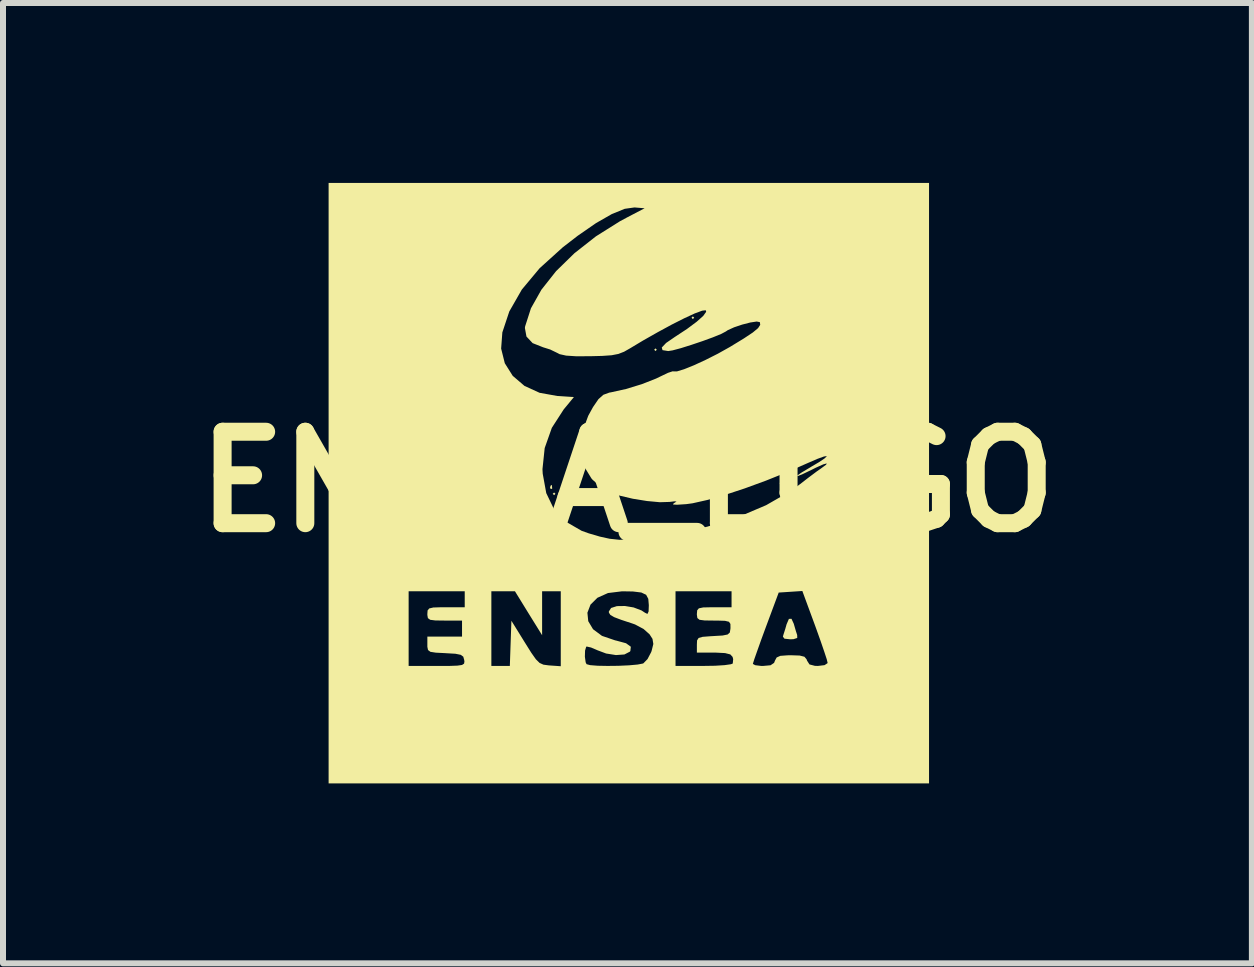
<source format=kicad_pcb>
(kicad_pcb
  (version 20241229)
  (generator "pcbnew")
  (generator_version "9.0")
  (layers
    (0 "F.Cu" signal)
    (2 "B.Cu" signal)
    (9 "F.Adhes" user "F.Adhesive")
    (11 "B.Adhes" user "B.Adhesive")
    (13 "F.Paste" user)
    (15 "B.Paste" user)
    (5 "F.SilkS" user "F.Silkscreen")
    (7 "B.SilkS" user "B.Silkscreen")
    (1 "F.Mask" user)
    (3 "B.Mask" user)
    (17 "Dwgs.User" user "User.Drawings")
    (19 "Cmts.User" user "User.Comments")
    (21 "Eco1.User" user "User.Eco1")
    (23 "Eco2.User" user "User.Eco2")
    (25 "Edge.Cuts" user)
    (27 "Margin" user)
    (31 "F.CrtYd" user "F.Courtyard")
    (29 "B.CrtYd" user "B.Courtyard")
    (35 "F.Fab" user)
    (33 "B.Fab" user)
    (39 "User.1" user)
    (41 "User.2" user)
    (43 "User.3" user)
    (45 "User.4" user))
  (footprint "ENSEA_LOGO"
    (layer "F.Cu")
    (at 7.41 4.982)
    (property "Reference" "ENSEA_LOGO" (at 0 0 0) (layer "F.SilkS") (effects (font (size 1.524 1.524) (thickness 0.3))))
    (attr board_only exclude_from_pos_files exclude_from_bom)
    (fp_poly (pts (xy -1.201 0.2) (xy -1.223 0.222) (xy -1.246 0.2) (xy -1.223 0.178)) (stroke (width 0) (type solid)) (fill yes) (layer "F.SilkS"))
    (fp_poly (pts (xy 0.489 -2.202) (xy 0.467 -2.18) (xy 0.445 -2.202) (xy 0.467 -2.224)) (stroke (width 0) (type solid)) (fill yes) (layer "F.SilkS"))
    (fp_poly (pts (xy 1.112 -2.736) (xy 1.09 -2.713) (xy 1.068 -2.736) (xy 1.09 -2.758)) (stroke (width 0) (type solid)) (fill yes) (layer "F.SilkS"))
    (fp_poly (pts (xy 2.58 0.022) (xy 2.558 0.044) (xy 2.536 0.022) (xy 2.558 0)) (stroke (width 0) (type solid)) (fill yes) (layer "F.SilkS"))
    (fp_poly (pts (xy 2.669 -0.022) (xy 2.647 0) (xy 2.625 -0.022) (xy 2.647 -0.044)) (stroke (width 0) (type solid)) (fill yes) (layer "F.SilkS"))
    (fp_poly (pts (xy 2.758 -0.067) (xy 2.736 -0.044) (xy 2.713 -0.067) (xy 2.736 -0.089)) (stroke (width 0) (type solid)) (fill yes) (layer "F.SilkS"))
    (fp_poly (pts (xy -1.26 0.059) (xy -1.255 0.112) (xy -1.26 0.119) (xy -1.287 0.113) (xy -1.29 0.089) (xy -1.274 0.052)) (stroke (width 0) (type solid)) (fill yes) (layer "F.SilkS"))
    (fp_poly (pts (xy 2.773 2.368) (xy 2.775 2.376) (xy 2.808 2.49) (xy 2.829 2.554) (xy 2.83 2.603) (xy 2.767 2.623) (xy 2.713 2.625) (xy 2.617 2.615) (xy 2.591 2.581) (xy 2.598 2.554) (xy 2.63 2.454) (xy 2.652 2.376) (xy 2.691 2.285) (xy 2.734 2.283)) (stroke (width 0) (type solid)) (fill yes) (layer "F.SilkS"))
    (fp_poly (pts (xy 5.027 5.027) (xy -4.982 5.027) (xy -4.982 3.069) (xy -3.648 3.069) (xy -3.177 3.069) (xy -2.269 3.069) (xy -1.961 3.069) (xy -1.935 2.316) (xy -1.709 2.681) (xy -1.603 2.85) (xy -1.527 2.958) (xy -1.465 3.019) (xy -1.401 3.048) (xy -1.319 3.059) (xy -1.298 3.061) (xy -1.112 3.074) (xy -1.112 3.069) (xy 0.801 3.069) (xy 1.265 3.069) (xy 1.46 3.066) (xy 1.619 3.056) (xy 1.724 3.041) (xy 1.737 3.036) (xy 2.091 3.036) (xy 2.13 3.057) (xy 2.228 3.069) (xy 2.263 3.069) (xy 2.385 3.058) (xy 2.444 3.018) (xy 2.459 2.98) (xy 2.487 2.928) (xy 2.548 2.901) (xy 2.668 2.892) (xy 2.726 2.891) (xy 2.871 2.896) (xy 2.95 2.916) (xy 2.986 2.959) (xy 2.993 2.98) (xy 3.034 3.044) (xy 3.126 3.068) (xy 3.176 3.069) (xy 3.285 3.056) (xy 3.335 3.023) (xy 3.336 3.017) (xy 3.322 2.958) (xy 3.281 2.833) (xy 3.221 2.658) (xy 3.147 2.451) (xy 3.126 2.393) (xy 2.915 1.82) (xy 2.718 1.833) (xy 2.521 1.846) (xy 2.306 2.424) (xy 2.228 2.636) (xy 2.163 2.819) (xy 2.115 2.955) (xy 2.092 3.028) (xy 2.091 3.036) (xy 1.737 3.036) (xy 1.755 3.029) (xy 1.762 2.956) (xy 1.752 2.918) (xy 1.714 2.877) (xy 1.627 2.855) (xy 1.473 2.847) (xy 1.441 2.847) (xy 1.157 2.847) (xy 1.157 2.716) (xy 1.16 2.644) (xy 1.186 2.603) (xy 1.253 2.584) (xy 1.383 2.574) (xy 1.435 2.571) (xy 1.586 2.562) (xy 1.67 2.545) (xy 1.706 2.512) (xy 1.716 2.451) (xy 1.717 2.435) (xy 1.716 2.369) (xy 1.692 2.333) (xy 1.626 2.317) (xy 1.497 2.313) (xy 1.439 2.313) (xy 1.286 2.311) (xy 1.201 2.3) (xy 1.165 2.271) (xy 1.157 2.216) (xy 1.157 2.202) (xy 1.162 2.142) (xy 1.19 2.109) (xy 1.262 2.094) (xy 1.398 2.091) (xy 1.446 2.091) (xy 1.735 2.091) (xy 1.735 1.824) (xy 0.801 1.824) (xy 0.801 3.069) (xy -1.112 3.069) (xy -1.112 2.916) (xy -0.71 2.916) (xy -0.697 3.009) (xy -0.682 3.04) (xy -0.622 3.056) (xy -0.497 3.066) (xy -0.332 3.069) (xy -0.15 3.067) (xy 0.025 3.059) (xy 0.169 3.046) (xy 0.258 3.029) (xy 0.266 3.025) (xy 0.334 2.955) (xy 0.394 2.841) (xy 0.402 2.82) (xy 0.431 2.703) (xy 0.417 2.618) (xy 0.368 2.542) (xy 0.268 2.453) (xy 0.127 2.378) (xy 0.085 2.363) (xy -0.103 2.301) (xy -0.222 2.256) (xy -0.285 2.219) (xy -0.309 2.182) (xy -0.311 2.162) (xy -0.273 2.103) (xy -0.176 2.072) (xy -0.042 2.07) (xy 0.102 2.094) (xy 0.234 2.144) (xy 0.293 2.183) (xy 0.333 2.202) (xy 0.352 2.161) (xy 0.356 2.057) (xy 0.347 1.951) (xy 0.311 1.883) (xy 0.23 1.845) (xy 0.091 1.828) (xy -0.089 1.825) (xy -0.325 1.854) (xy -0.501 1.933) (xy -0.616 2.047) (xy -0.668 2.182) (xy -0.654 2.323) (xy -0.574 2.457) (xy -0.425 2.568) (xy -0.205 2.643) (xy -0.19 2.646) (xy -0.024 2.691) (xy 0.056 2.749) (xy 0.048 2.82) (xy 0.04 2.831) (xy -0.051 2.878) (xy -0.192 2.888) (xy -0.356 2.862) (xy -0.5 2.808) (xy -0.607 2.762) (xy -0.678 2.746) (xy -0.688 2.749) (xy -0.707 2.813) (xy -0.71 2.916) (xy -1.112 2.916) (xy -1.112 1.824) (xy -1.423 1.824) (xy -1.423 2.557) (xy -1.65 2.191) (xy -1.876 1.824) (xy -2.269 1.824) (xy -2.269 3.069) (xy -3.177 3.069) (xy -2.969 3.069) (xy -2.834 3.064) (xy -2.758 3.053) (xy -2.724 3.031) (xy -2.718 2.995) (xy -2.722 2.969) (xy -2.737 2.915) (xy -2.779 2.884) (xy -2.868 2.866) (xy -3.025 2.857) (xy -3.036 2.856) (xy -3.195 2.848) (xy -3.285 2.834) (xy -3.325 2.804) (xy -3.336 2.75) (xy -3.336 2.711) (xy -3.336 2.58) (xy -2.758 2.58) (xy -2.758 2.313) (xy -3.047 2.313) (xy -3.203 2.311) (xy -3.289 2.3) (xy -3.327 2.272) (xy -3.336 2.22) (xy -3.336 2.202) (xy -3.332 2.144) (xy -3.305 2.111) (xy -3.237 2.095) (xy -3.108 2.091) (xy -3.025 2.091) (xy -2.713 2.091) (xy -2.713 1.824) (xy -3.648 1.824) (xy -3.648 3.069) (xy -4.982 3.069) (xy -4.982 -2.221) (xy -2.106 -2.221) (xy -2.045 -1.977) (xy -1.913 -1.767) (xy -1.717 -1.599) (xy -1.465 -1.484) (xy -1.169 -1.431) (xy -0.893 -1.413) (xy -1.063 -1.207) (xy -1.261 -0.9) (xy -1.38 -0.563) (xy -1.417 -0.211) (xy -1.413 -0.136) (xy -1.354 0.188) (xy -1.226 0.454) (xy -1.03 0.663) (xy -0.765 0.816) (xy -0.645 0.859) (xy -0.461 0.913) (xy -0.298 0.949) (xy -0.138 0.966) (xy 0.038 0.965) (xy 0.248 0.946) (xy 0.512 0.909) (xy 0.771 0.867) (xy 1.329 0.748) (xy 1.847 0.587) (xy 2.312 0.389) (xy 2.711 0.16) (xy 2.879 0.037) (xy 3.02 -0.072) (xy 3.155 -0.173) (xy 3.225 -0.222) (xy 3.311 -0.285) (xy 3.322 -0.307) (xy 3.264 -0.291) (xy 3.141 -0.236) (xy 3.069 -0.2) (xy 2.913 -0.125) (xy 2.834 -0.094) (xy 2.83 -0.105) (xy 2.904 -0.156) (xy 3.055 -0.246) (xy 3.061 -0.25) (xy 3.195 -0.329) (xy 3.288 -0.392) (xy 3.323 -0.427) (xy 3.322 -0.429) (xy 3.275 -0.422) (xy 3.17 -0.384) (xy 3.029 -0.323) (xy 3.019 -0.319) (xy 2.67 -0.165) (xy 2.309 -0.02) (xy 1.954 0.11) (xy 1.62 0.22) (xy 1.325 0.304) (xy 1.084 0.358) (xy 0.979 0.372) (xy 0.827 0.382) (xy 0.759 0.378) (xy 0.77 0.358) (xy 0.778 0.354) (xy 0.818 0.329) (xy 0.783 0.325) (xy 0.703 0.335) (xy 0.54 0.34) (xy 0.325 0.32) (xy 0.089 0.282) (xy -0.136 0.229) (xy -0.258 0.189) (xy -0.424 0.1) (xy -0.579 -0.032) (xy -0.601 -0.057) (xy -0.737 -0.28) (xy -0.791 -0.532) (xy -0.763 -0.808) (xy -0.654 -1.101) (xy -0.575 -1.245) (xy -0.484 -1.378) (xy -0.402 -1.451) (xy -0.304 -1.487) (xy -0.275 -1.492) (xy -0.026 -1.547) (xy 0.239 -1.628) (xy 0.476 -1.721) (xy 0.563 -1.763) (xy 0.676 -1.817) (xy 0.752 -1.842) (xy 0.769 -1.841) (xy 0.826 -1.841) (xy 0.944 -1.877) (xy 1.108 -1.943) (xy 1.301 -2.032) (xy 1.507 -2.136) (xy 1.709 -2.249) (xy 1.722 -2.257) (xy 1.94 -2.39) (xy 2.089 -2.489) (xy 2.177 -2.562) (xy 2.213 -2.617) (xy 2.207 -2.661) (xy 2.206 -2.662) (xy 2.154 -2.672) (xy 2.047 -2.656) (xy 1.912 -2.621) (xy 1.778 -2.576) (xy 1.672 -2.528) (xy 1.641 -2.507) (xy 1.564 -2.466) (xy 1.427 -2.41) (xy 1.252 -2.346) (xy 1.065 -2.283) (xy 0.89 -2.228) (xy 0.751 -2.191) (xy 0.679 -2.18) (xy 0.584 -2.195) (xy 0.572 -2.239) (xy 0.644 -2.315) (xy 0.791 -2.416) (xy 0.992 -2.548) (xy 1.153 -2.668) (xy 1.263 -2.766) (xy 1.312 -2.835) (xy 1.305 -2.86) (xy 1.245 -2.853) (xy 1.121 -2.807) (xy 0.948 -2.727) (xy 0.738 -2.621) (xy 0.504 -2.494) (xy 0.259 -2.355) (xy 0.044 -2.226) (xy -0.056 -2.169) (xy -0.151 -2.132) (xy -0.264 -2.11) (xy -0.421 -2.099) (xy -0.615 -2.094) (xy -0.856 -2.093) (xy -1.023 -2.104) (xy -1.131 -2.128) (xy -1.171 -2.149) (xy -1.289 -2.206) (xy -1.407 -2.243) (xy -1.581 -2.312) (xy -1.684 -2.422) (xy -1.71 -2.565) (xy -1.706 -2.592) (xy -1.609 -2.893) (xy -1.435 -3.202) (xy -1.19 -3.512) (xy -0.884 -3.811) (xy -0.526 -4.092) (xy -0.125 -4.344) (xy -0.002 -4.41) (xy 0.286 -4.56) (xy 0.117 -4.574) (xy -0.046 -4.551) (xy -0.262 -4.463) (xy -0.524 -4.313) (xy -0.829 -4.102) (xy -1.079 -3.909) (xy -1.464 -3.561) (xy -1.761 -3.205) (xy -1.97 -2.84) (xy -2.086 -2.491) (xy -2.106 -2.221) (xy -4.982 -2.221) (xy -4.982 -4.982) (xy 5.027 -4.982)) (stroke (width 0) (type solid)) (fill yes) (layer "F.SilkS")))
  (gr_rect
    (start -3 -3)
    (end 17.819 13.009)
    (stroke (width 0.1) (type default))
    (fill no)
    (layer "Edge.Cuts")))
</source>
